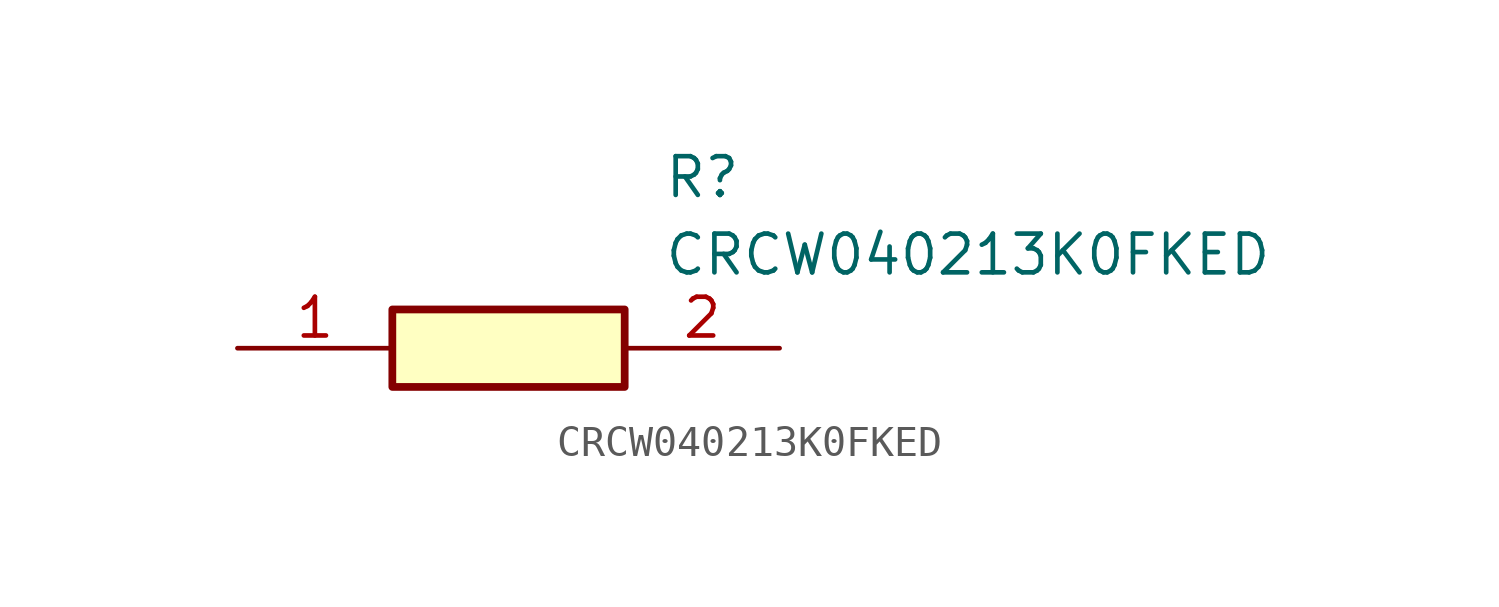
<source format=kicad_sym>
(kicad_symbol_lib
  (version 20211014)
  (generator SamacSys_ECAD_Model)
  (symbol "CRCW040213K0FKED"
    (pin_names hide)
    (property "Reference" "R"
      (at 13.97 6.35 0)
      (effects (font (size 1.27 1.27)) (justify left top)))
    (property "Value" "CRCW040213K0FKED"
      (at 13.97 3.81 0)
      (effects (font (size 1.27 1.27)) (justify left top)))
    (rectangle
      (start 5.08 1.27)
      (end 12.7 -1.27)
      (stroke (width 0.254) (type default))
      (fill (type background)))
    (pin passive line
      (at 0 0 0)
      (length 5.08)
      (name "1" (effects (font (size 1.27 1.27))))
      (number "1" (effects (font (size 1.27 1.27)))))
    (pin passive line
      (at 17.78 0 180)
      (length 5.08)
      (name "2" (effects (font (size 1.27 1.27))))
      (number "2" (effects (font (size 1.27 1.27)))))))
</source>
